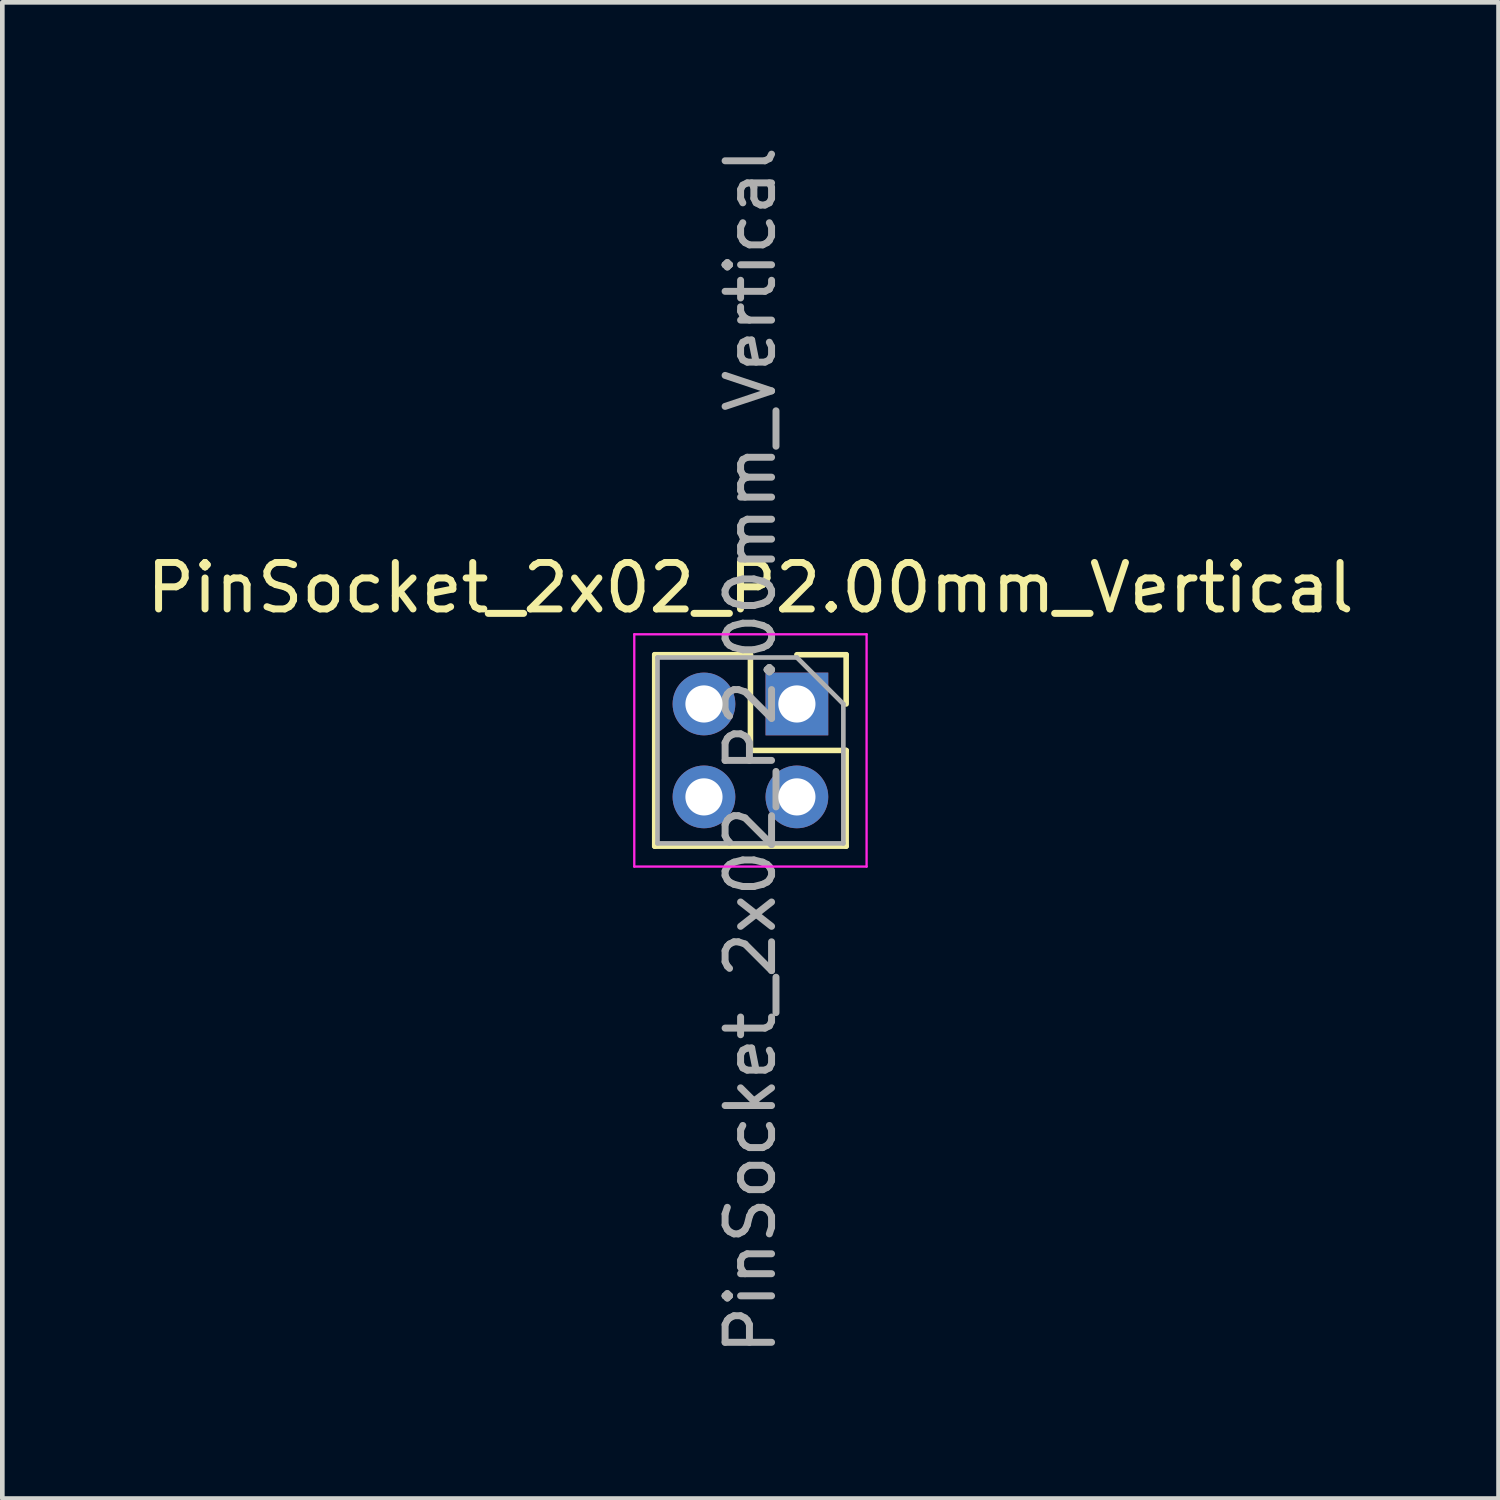
<source format=kicad_pcb>
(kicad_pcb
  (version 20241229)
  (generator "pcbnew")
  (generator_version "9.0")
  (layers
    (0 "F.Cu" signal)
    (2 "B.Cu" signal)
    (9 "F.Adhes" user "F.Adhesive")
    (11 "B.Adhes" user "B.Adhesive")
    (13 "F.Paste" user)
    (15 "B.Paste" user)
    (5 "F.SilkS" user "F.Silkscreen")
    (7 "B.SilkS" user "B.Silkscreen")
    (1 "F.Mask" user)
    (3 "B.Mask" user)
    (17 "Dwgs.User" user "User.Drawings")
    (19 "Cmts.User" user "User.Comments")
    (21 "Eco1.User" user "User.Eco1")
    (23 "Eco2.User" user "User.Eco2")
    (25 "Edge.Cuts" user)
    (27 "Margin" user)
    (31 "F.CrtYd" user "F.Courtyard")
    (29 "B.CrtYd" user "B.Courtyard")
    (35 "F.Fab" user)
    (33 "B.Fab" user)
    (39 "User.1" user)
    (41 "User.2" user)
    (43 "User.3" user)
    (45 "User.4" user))
  (footprint "PinSocket_2x02_P2.00mm_Vertical"
    (layer "F.Cu")
    (at 14.101 12.101)
    (property "Reference" "PinSocket_2x02_P2.00mm_Vertical" (at -1 -2.5 0) (layer "F.SilkS") (effects (font (size 1 1) (thickness 0.15))))
    (attr through_hole)
    (fp_line (start -3.06 -1.06) (end -3.06 3.06) (stroke (width 0.12) (type solid)) (layer "F.SilkS"))
    (fp_line (start -3.06 -1.06) (end -1 -1.06) (stroke (width 0.12) (type solid)) (layer "F.SilkS"))
    (fp_line (start -3.06 3.06) (end 1.06 3.06) (stroke (width 0.12) (type solid)) (layer "F.SilkS"))
    (fp_line (start -1 -1.06) (end -1 1) (stroke (width 0.12) (type solid)) (layer "F.SilkS"))
    (fp_line (start -1 1) (end 1.06 1) (stroke (width 0.12) (type solid)) (layer "F.SilkS"))
    (fp_line (start 0 -1.06) (end 1.06 -1.06) (stroke (width 0.12) (type solid)) (layer "F.SilkS"))
    (fp_line (start 1.06 -1.06) (end 1.06 0) (stroke (width 0.12) (type solid)) (layer "F.SilkS"))
    (fp_line (start 1.06 1) (end 1.06 3.06) (stroke (width 0.12) (type solid)) (layer "F.SilkS"))
    (fp_line (start -3.5 -1.5) (end 1.5 -1.5) (stroke (width 0.05) (type solid)) (layer "F.CrtYd"))
    (fp_line (start -3.5 3.5) (end -3.5 -1.5) (stroke (width 0.05) (type solid)) (layer "F.CrtYd"))
    (fp_line (start 1.5 -1.5) (end 1.5 3.5) (stroke (width 0.05) (type solid)) (layer "F.CrtYd"))
    (fp_line (start 1.5 3.5) (end -3.5 3.5) (stroke (width 0.05) (type solid)) (layer "F.CrtYd"))
    (fp_line (start -3 -1) (end 0 -1) (stroke (width 0.1) (type solid)) (layer "F.Fab"))
    (fp_line (start -3 3) (end -3 -1) (stroke (width 0.1) (type solid)) (layer "F.Fab"))
    (fp_line (start 0 -1) (end 1 0) (stroke (width 0.1) (type solid)) (layer "F.Fab"))
    (fp_line (start 1 0) (end 1 3) (stroke (width 0.1) (type solid)) (layer "F.Fab"))
    (fp_line (start 1 3) (end -3 3) (stroke (width 0.1) (type solid)) (layer "F.Fab"))
    (fp_text user "${REFERENCE}" (at -1 1 90) (layer "F.Fab") (effects (font (size 1 1) (thickness 0.15))))
    (pad "1" thru_hole rect (at 0 0) (size 1.35 1.35) (drill 0.8) (layers "*.Cu" "*.Mask"))
    (pad "2" thru_hole oval (at -2 0) (size 1.35 1.35) (drill 0.8) (layers "*.Cu" "*.Mask"))
    (pad "3" thru_hole oval (at 0 2) (size 1.35 1.35) (drill 0.8) (layers "*.Cu" "*.Mask"))
    (pad "4" thru_hole oval (at -2 2) (size 1.35 1.35) (drill 0.8) (layers "*.Cu" "*.Mask")))
  (gr_rect
    (start -3 -3)
    (end 29.202 29.202)
    (stroke (width 0.1) (type default))
    (fill no)
    (layer "Edge.Cuts")))
</source>
